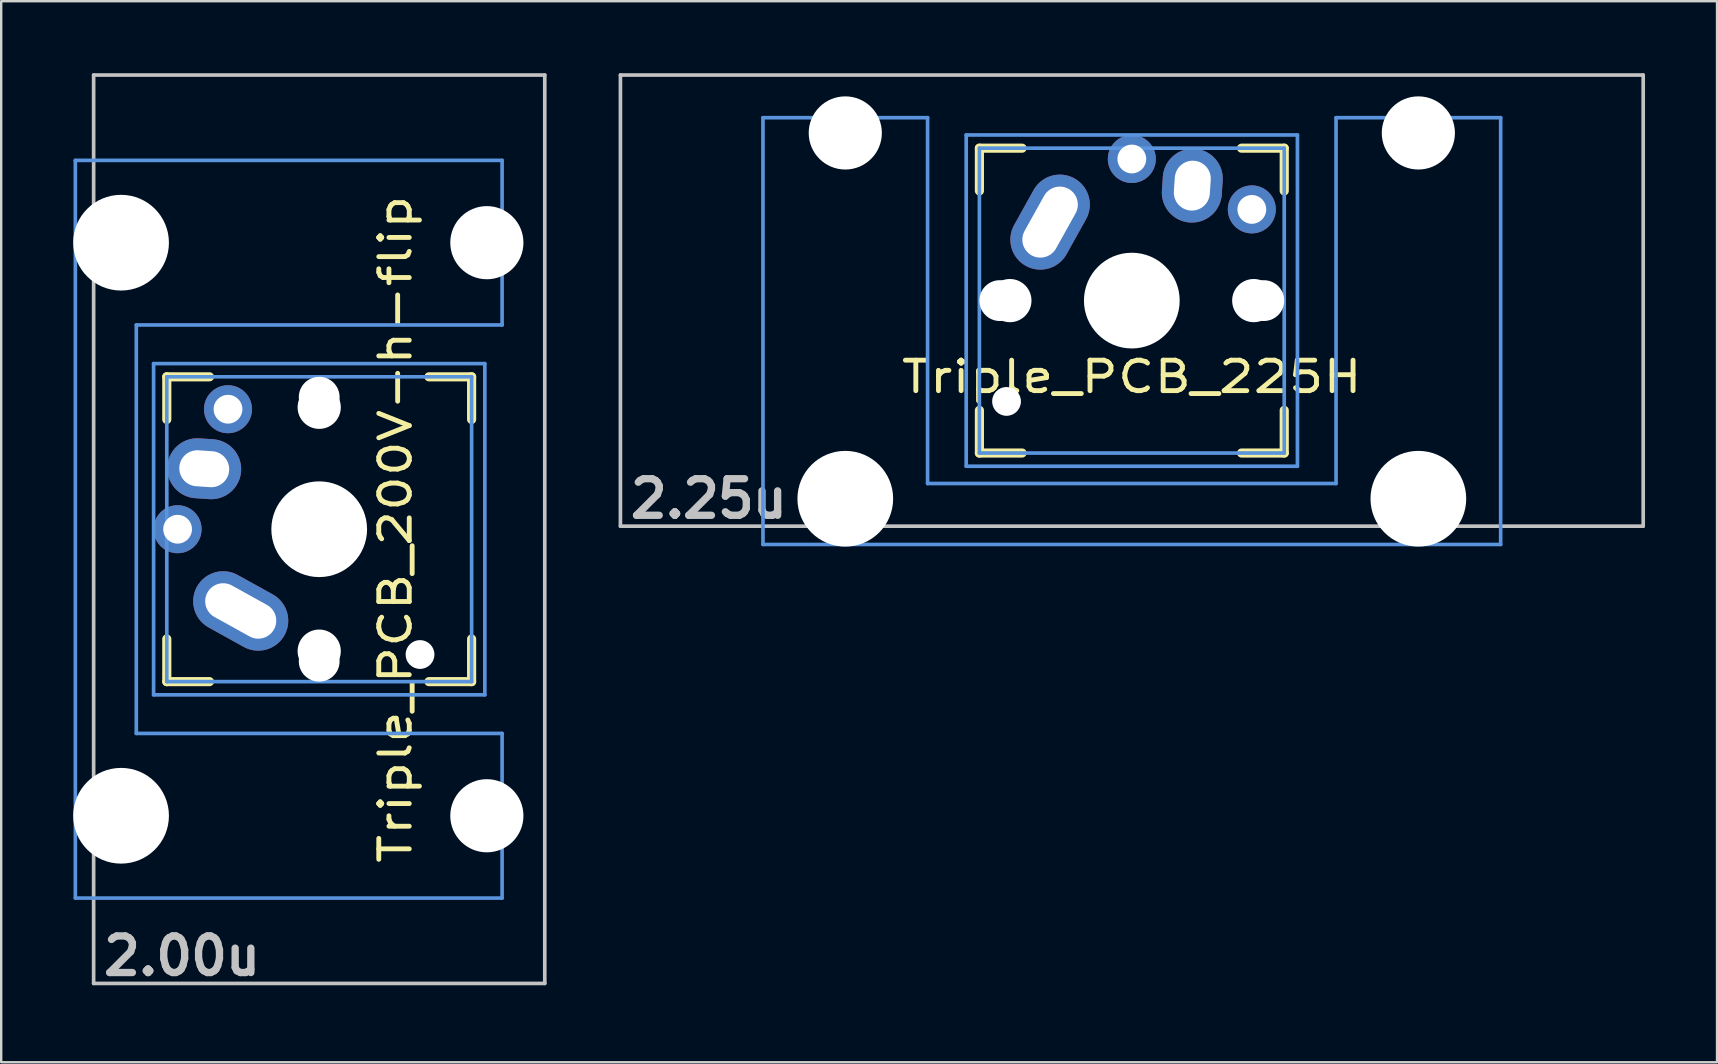
<source format=kicad_pcb>
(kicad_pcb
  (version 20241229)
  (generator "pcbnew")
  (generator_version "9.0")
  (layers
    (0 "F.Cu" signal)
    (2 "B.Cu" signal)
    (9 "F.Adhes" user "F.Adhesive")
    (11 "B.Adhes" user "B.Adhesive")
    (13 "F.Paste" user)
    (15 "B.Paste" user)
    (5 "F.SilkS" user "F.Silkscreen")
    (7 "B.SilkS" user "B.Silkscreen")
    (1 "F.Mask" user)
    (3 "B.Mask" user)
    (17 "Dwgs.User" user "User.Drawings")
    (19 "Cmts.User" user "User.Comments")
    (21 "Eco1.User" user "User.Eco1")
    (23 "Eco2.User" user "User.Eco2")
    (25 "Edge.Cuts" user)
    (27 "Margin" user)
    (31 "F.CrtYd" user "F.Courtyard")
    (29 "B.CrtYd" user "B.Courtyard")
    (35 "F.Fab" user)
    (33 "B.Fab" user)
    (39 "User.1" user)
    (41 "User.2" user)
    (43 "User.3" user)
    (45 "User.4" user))
  (footprint "Triple_PCB_225H"
    (layer "F.Cu")
    (at 44.105 9.474)
    (property "Reference" "Triple_PCB_225H" (at 0 3.175 0) (layer "F.SilkS") (effects (font (size 1.27 1.524) (thickness 0.203))))
    (attr through_hole)
    (fp_line (start -6.35 -6.35) (end -4.572 -6.35) (stroke (width 0.381) (type solid)) (layer "F.SilkS"))
    (fp_line (start -6.35 -4.572) (end -6.35 -6.35) (stroke (width 0.381) (type solid)) (layer "F.SilkS"))
    (fp_line (start -6.35 6.35) (end -6.35 4.572) (stroke (width 0.381) (type solid)) (layer "F.SilkS"))
    (fp_line (start -4.572 6.35) (end -6.35 6.35) (stroke (width 0.381) (type solid)) (layer "F.SilkS"))
    (fp_line (start 4.572 -6.35) (end 6.35 -6.35) (stroke (width 0.381) (type solid)) (layer "F.SilkS"))
    (fp_line (start 6.35 -6.35) (end 6.35 -4.572) (stroke (width 0.381) (type solid)) (layer "F.SilkS"))
    (fp_line (start 6.35 4.572) (end 6.35 6.35) (stroke (width 0.381) (type solid)) (layer "F.SilkS"))
    (fp_line (start 6.35 6.35) (end 4.572 6.35) (stroke (width 0.381) (type solid)) (layer "F.SilkS"))
    (fp_line (start -21.306 -9.398) (end 21.306 -9.398) (stroke (width 0.152) (type solid)) (layer "Dwgs.User"))
    (fp_line (start -21.306 9.398) (end -21.306 -9.398) (stroke (width 0.152) (type solid)) (layer "Dwgs.User"))
    (fp_line (start 21.306 -9.398) (end 21.306 9.398) (stroke (width 0.152) (type solid)) (layer "Dwgs.User"))
    (fp_line (start 21.306 9.398) (end -21.306 9.398) (stroke (width 0.152) (type solid)) (layer "Dwgs.User"))
    (fp_line (start -15.367 -7.62) (end -15.367 10.16) (stroke (width 0.152) (type solid)) (layer "Cmts.User"))
    (fp_line (start -15.367 10.16) (end 15.367 10.16) (stroke (width 0.152) (type solid)) (layer "Cmts.User"))
    (fp_line (start -8.509 -7.62) (end -15.367 -7.62) (stroke (width 0.152) (type solid)) (layer "Cmts.User"))
    (fp_line (start -8.509 7.62) (end -8.509 -7.62) (stroke (width 0.152) (type solid)) (layer "Cmts.User"))
    (fp_line (start -6.9 -6.9) (end 6.9 -6.9) (stroke (width 0.152) (type solid)) (layer "Cmts.User"))
    (fp_line (start -6.9 6.9) (end -6.9 -6.9) (stroke (width 0.152) (type solid)) (layer "Cmts.User"))
    (fp_line (start -6.35 -6.35) (end 6.35 -6.35) (stroke (width 0.152) (type solid)) (layer "Cmts.User"))
    (fp_line (start -6.35 6.35) (end -6.35 -6.35) (stroke (width 0.152) (type solid)) (layer "Cmts.User"))
    (fp_line (start 6.35 -6.35) (end 6.35 6.35) (stroke (width 0.152) (type solid)) (layer "Cmts.User"))
    (fp_line (start 6.35 6.35) (end -6.35 6.35) (stroke (width 0.152) (type solid)) (layer "Cmts.User"))
    (fp_line (start 6.9 -6.9) (end 6.9 6.9) (stroke (width 0.152) (type solid)) (layer "Cmts.User"))
    (fp_line (start 6.9 6.9) (end -6.9 6.9) (stroke (width 0.152) (type solid)) (layer "Cmts.User"))
    (fp_line (start 8.509 -7.62) (end 8.509 7.62) (stroke (width 0.152) (type solid)) (layer "Cmts.User"))
    (fp_line (start 8.509 7.62) (end -8.509 7.62) (stroke (width 0.152) (type solid)) (layer "Cmts.User"))
    (fp_line (start 15.367 -7.62) (end 8.509 -7.62) (stroke (width 0.152) (type solid)) (layer "Cmts.User"))
    (fp_line (start 15.367 10.16) (end 15.367 -7.62) (stroke (width 0.152) (type solid)) (layer "Cmts.User"))
    (fp_line (start -16.129 -2.286) (end -15.265 -2.286) (stroke (width 0.152) (type solid)) (layer "Eco2.User"))
    (fp_line (start -16.129 0.508) (end -16.129 -2.286) (stroke (width 0.152) (type solid)) (layer "Eco2.User"))
    (fp_line (start -15.265 -5.69) (end -8.611 -5.69) (stroke (width 0.152) (type solid)) (layer "Eco2.User"))
    (fp_line (start -15.265 -2.286) (end -15.265 -5.69) (stroke (width 0.152) (type solid)) (layer "Eco2.User"))
    (fp_line (start -15.265 0.508) (end -16.129 0.508) (stroke (width 0.152) (type solid)) (layer "Eco2.User"))
    (fp_line (start -15.265 6.604) (end -15.265 0.508) (stroke (width 0.152) (type solid)) (layer "Eco2.User"))
    (fp_line (start -14.224 6.604) (end -15.265 6.604) (stroke (width 0.152) (type solid)) (layer "Eco2.User"))
    (fp_line (start -14.224 7.772) (end -14.224 6.604) (stroke (width 0.152) (type solid)) (layer "Eco2.User"))
    (fp_line (start -9.652 6.604) (end -9.652 7.772) (stroke (width 0.152) (type solid)) (layer "Eco2.User"))
    (fp_line (start -9.652 7.772) (end -14.224 7.772) (stroke (width 0.152) (type solid)) (layer "Eco2.User"))
    (fp_line (start -8.611 -5.69) (end -8.611 -4.877) (stroke (width 0.152) (type solid)) (layer "Eco2.User"))
    (fp_line (start -8.611 -4.877) (end -6.985 -4.877) (stroke (width 0.152) (type solid)) (layer "Eco2.User"))
    (fp_line (start -8.611 5.817) (end -8.611 6.604) (stroke (width 0.152) (type solid)) (layer "Eco2.User"))
    (fp_line (start -8.611 6.604) (end -9.652 6.604) (stroke (width 0.152) (type solid)) (layer "Eco2.User"))
    (fp_line (start -7.5 -7.5) (end 7.5 -7.5) (stroke (width 0.152) (type solid)) (layer "Eco2.User"))
    (fp_line (start -7.5 7.5) (end -7.5 -7.5) (stroke (width 0.152) (type solid)) (layer "Eco2.User"))
    (fp_line (start -6.985 -6.985) (end 6.985 -6.985) (stroke (width 0.152) (type solid)) (layer "Eco2.User"))
    (fp_line (start -6.985 -4.877) (end -6.985 -6.985) (stroke (width 0.152) (type solid)) (layer "Eco2.User"))
    (fp_line (start -6.985 5.817) (end -8.611 5.817) (stroke (width 0.152) (type solid)) (layer "Eco2.User"))
    (fp_line (start -6.985 6.985) (end -6.985 5.817) (stroke (width 0.152) (type solid)) (layer "Eco2.User"))
    (fp_line (start 6.985 -6.985) (end 6.985 -4.877) (stroke (width 0.152) (type solid)) (layer "Eco2.User"))
    (fp_line (start 6.985 -4.877) (end 8.611 -4.877) (stroke (width 0.152) (type solid)) (layer "Eco2.User"))
    (fp_line (start 6.985 5.817) (end 6.985 6.985) (stroke (width 0.152) (type solid)) (layer "Eco2.User"))
    (fp_line (start 6.985 6.985) (end -6.985 6.985) (stroke (width 0.152) (type solid)) (layer "Eco2.User"))
    (fp_line (start 7.5 -7.5) (end 7.5 7.5) (stroke (width 0.152) (type solid)) (layer "Eco2.User"))
    (fp_line (start 7.5 7.5) (end -7.5 7.5) (stroke (width 0.152) (type solid)) (layer "Eco2.User"))
    (fp_line (start 8.611 -5.69) (end 15.265 -5.69) (stroke (width 0.152) (type solid)) (layer "Eco2.User"))
    (fp_line (start 8.611 -4.877) (end 8.611 -5.69) (stroke (width 0.152) (type solid)) (layer "Eco2.User"))
    (fp_line (start 8.611 5.817) (end 6.985 5.817) (stroke (width 0.152) (type solid)) (layer "Eco2.User"))
    (fp_line (start 8.611 6.604) (end 8.611 5.817) (stroke (width 0.152) (type solid)) (layer "Eco2.User"))
    (fp_line (start 9.652 6.604) (end 8.611 6.604) (stroke (width 0.152) (type solid)) (layer "Eco2.User"))
    (fp_line (start 9.652 7.772) (end 9.652 6.604) (stroke (width 0.152) (type solid)) (layer "Eco2.User"))
    (fp_line (start 14.224 6.604) (end 14.224 7.772) (stroke (width 0.152) (type solid)) (layer "Eco2.User"))
    (fp_line (start 14.224 7.772) (end 9.652 7.772) (stroke (width 0.152) (type solid)) (layer "Eco2.User"))
    (fp_line (start 15.265 -5.69) (end 15.265 -2.286) (stroke (width 0.152) (type solid)) (layer "Eco2.User"))
    (fp_line (start 15.265 -2.286) (end 16.129 -2.286) (stroke (width 0.152) (type solid)) (layer "Eco2.User"))
    (fp_line (start 15.265 0.508) (end 15.265 6.604) (stroke (width 0.152) (type solid)) (layer "Eco2.User"))
    (fp_line (start 15.265 6.604) (end 14.224 6.604) (stroke (width 0.152) (type solid)) (layer "Eco2.User"))
    (fp_line (start 16.129 -2.286) (end 16.129 0.508) (stroke (width 0.152) (type solid)) (layer "Eco2.User"))
    (fp_line (start 16.129 0.508) (end 15.265 0.508) (stroke (width 0.152) (type solid)) (layer "Eco2.User"))
    (fp_text user "2.25u" (at -17.623 8.255 0) (layer "Dwgs.User") (effects (font (size 1.524 1.524) (thickness 0.305))))
    (pad "" np_thru_hole circle (at -11.938 -6.985) (size 3.048 3.048) (drill 3.048) (layers "*.Cu"))
    (pad "" np_thru_hole circle (at -11.938 8.255) (size 3.988 3.988) (drill 3.988) (layers "*.Cu"))
    (pad "" np_thru_hole circle (at -5.5 0) (size 1.7 1.7) (drill 1.7) (layers "*.Cu"))
    (pad "" np_thru_hole circle (at -5.22 4.2) (size 1.2 1.2) (drill 1.2) (layers "*.Cu"))
    (pad "" np_thru_hole circle (at -5.08 0) (size 1.8 1.8) (drill 1.8) (layers "*.Cu"))
    (pad "" np_thru_hole circle (at 0 0) (size 3.4 3.4) (drill 3.4) (layers "*.Cu"))
    (pad "" np_thru_hole circle (at 0 0) (size 3.988 3.988) (drill 3.988) (layers "*.Cu"))
    (pad "" np_thru_hole circle (at 5.08 0) (size 1.8 1.8) (drill 1.8) (layers "*.Cu"))
    (pad "" np_thru_hole circle (at 5.5 0) (size 1.7 1.7) (drill 1.7) (layers "*.Cu"))
    (pad "" np_thru_hole circle (at 11.938 -6.985) (size 3.048 3.048) (drill 3.048) (layers "*.Cu"))
    (pad "" np_thru_hole circle (at 11.938 8.255) (size 3.988 3.988) (drill 3.988) (layers "*.Cu"))
    (pad "1" thru_hole oval (at -3.405 -3.27 330.9) (size 2.5 4.17) (drill oval 1.5 3.17) (layers "*.Cu" "*.Mask"))
    (pad "1" thru_hole circle (at 0 -5.9) (size 2 2) (drill 1.2) (layers "*.Cu" "*.Mask"))
    (pad "2" thru_hole oval (at 2.52 -4.79 356.1) (size 2.5 3.08) (drill oval 1.5 2.08) (layers "*.Cu" "*.Mask"))
    (pad "2" thru_hole circle (at 5 -3.8 221.9) (size 2 2) (drill 1.2) (layers "*.Cu" "*.Mask")))
  (footprint "Triple_PCB_200V-h-flip"
    (layer "F.Cu")
    (at 10.249 18.999)
    (property "Reference" "Triple_PCB_200V-h-flip" (at 3.175 0 90) (layer "F.SilkS") (effects (font (size 1.27 1.524) (thickness 0.203))))
    (attr through_hole)
    (fp_line (start -6.35 -6.35) (end -4.572 -6.35) (stroke (width 0.381) (type solid)) (layer "F.SilkS"))
    (fp_line (start -6.35 -4.572) (end -6.35 -6.35) (stroke (width 0.381) (type solid)) (layer "F.SilkS"))
    (fp_line (start -6.35 6.35) (end -6.35 4.572) (stroke (width 0.381) (type solid)) (layer "F.SilkS"))
    (fp_line (start -4.572 6.35) (end -6.35 6.35) (stroke (width 0.381) (type solid)) (layer "F.SilkS"))
    (fp_line (start 4.572 -6.35) (end 6.35 -6.35) (stroke (width 0.381) (type solid)) (layer "F.SilkS"))
    (fp_line (start 6.35 -6.35) (end 6.35 -4.572) (stroke (width 0.381) (type solid)) (layer "F.SilkS"))
    (fp_line (start 6.35 4.572) (end 6.35 6.35) (stroke (width 0.381) (type solid)) (layer "F.SilkS"))
    (fp_line (start 6.35 6.35) (end 4.572 6.35) (stroke (width 0.381) (type solid)) (layer "F.SilkS"))
    (fp_line (start -9.398 -18.923) (end 9.398 -18.923) (stroke (width 0.152) (type solid)) (layer "Dwgs.User"))
    (fp_line (start -9.398 18.923) (end -9.398 -18.923) (stroke (width 0.152) (type solid)) (layer "Dwgs.User"))
    (fp_line (start 9.398 -18.923) (end 9.398 18.923) (stroke (width 0.152) (type solid)) (layer "Dwgs.User"))
    (fp_line (start 9.398 18.923) (end -9.398 18.923) (stroke (width 0.152) (type solid)) (layer "Dwgs.User"))
    (fp_line (start -10.16 -15.367) (end -10.16 15.367) (stroke (width 0.152) (type solid)) (layer "Cmts.User"))
    (fp_line (start -10.16 15.367) (end 7.62 15.367) (stroke (width 0.152) (type solid)) (layer "Cmts.User"))
    (fp_line (start -7.62 -8.509) (end 7.62 -8.509) (stroke (width 0.152) (type solid)) (layer "Cmts.User"))
    (fp_line (start -7.62 8.509) (end -7.62 -8.509) (stroke (width 0.152) (type solid)) (layer "Cmts.User"))
    (fp_line (start -6.9 -6.9) (end 6.9 -6.9) (stroke (width 0.152) (type solid)) (layer "Cmts.User"))
    (fp_line (start -6.9 6.9) (end -6.9 -6.9) (stroke (width 0.152) (type solid)) (layer "Cmts.User"))
    (fp_line (start -6.35 -6.35) (end 6.35 -6.35) (stroke (width 0.152) (type solid)) (layer "Cmts.User"))
    (fp_line (start -6.35 6.35) (end -6.35 -6.35) (stroke (width 0.152) (type solid)) (layer "Cmts.User"))
    (fp_line (start 6.35 -6.35) (end 6.35 6.35) (stroke (width 0.152) (type solid)) (layer "Cmts.User"))
    (fp_line (start 6.35 6.35) (end -6.35 6.35) (stroke (width 0.152) (type solid)) (layer "Cmts.User"))
    (fp_line (start 6.9 -6.9) (end 6.9 6.9) (stroke (width 0.152) (type solid)) (layer "Cmts.User"))
    (fp_line (start 6.9 6.9) (end -6.9 6.9) (stroke (width 0.152) (type solid)) (layer "Cmts.User"))
    (fp_line (start 7.62 -15.367) (end -10.16 -15.367) (stroke (width 0.152) (type solid)) (layer "Cmts.User"))
    (fp_line (start 7.62 -8.509) (end 7.62 -15.367) (stroke (width 0.152) (type solid)) (layer "Cmts.User"))
    (fp_line (start 7.62 8.509) (end -7.62 8.509) (stroke (width 0.152) (type solid)) (layer "Cmts.User"))
    (fp_line (start 7.62 15.367) (end 7.62 8.509) (stroke (width 0.152) (type solid)) (layer "Cmts.User"))
    (fp_line (start -7.772 -14.224) (end -6.604 -14.224) (stroke (width 0.152) (type solid)) (layer "Eco2.User"))
    (fp_line (start -7.772 -9.652) (end -7.772 -14.224) (stroke (width 0.152) (type solid)) (layer "Eco2.User"))
    (fp_line (start -7.772 9.652) (end -6.604 9.652) (stroke (width 0.152) (type solid)) (layer "Eco2.User"))
    (fp_line (start -7.772 14.224) (end -7.772 9.652) (stroke (width 0.152) (type solid)) (layer "Eco2.User"))
    (fp_line (start -7.5 -7.5) (end 7.5 -7.5) (stroke (width 0.152) (type solid)) (layer "Eco2.User"))
    (fp_line (start -7.5 7.5) (end -7.5 -7.5) (stroke (width 0.152) (type solid)) (layer "Eco2.User"))
    (fp_line (start -6.985 -6.985) (end -5.817 -6.985) (stroke (width 0.152) (type solid)) (layer "Eco2.User"))
    (fp_line (start -6.985 6.985) (end -6.985 -6.985) (stroke (width 0.152) (type solid)) (layer "Eco2.User"))
    (fp_line (start -6.604 -15.265) (end -0.508 -15.265) (stroke (width 0.152) (type solid)) (layer "Eco2.User"))
    (fp_line (start -6.604 -14.224) (end -6.604 -15.265) (stroke (width 0.152) (type solid)) (layer "Eco2.User"))
    (fp_line (start -6.604 -9.652) (end -7.772 -9.652) (stroke (width 0.152) (type solid)) (layer "Eco2.User"))
    (fp_line (start -6.604 -8.611) (end -6.604 -9.652) (stroke (width 0.152) (type solid)) (layer "Eco2.User"))
    (fp_line (start -6.604 8.611) (end -5.817 8.611) (stroke (width 0.152) (type solid)) (layer "Eco2.User"))
    (fp_line (start -6.604 9.652) (end -6.604 8.611) (stroke (width 0.152) (type solid)) (layer "Eco2.User"))
    (fp_line (start -6.604 14.224) (end -7.772 14.224) (stroke (width 0.152) (type solid)) (layer "Eco2.User"))
    (fp_line (start -6.604 15.265) (end -6.604 14.224) (stroke (width 0.152) (type solid)) (layer "Eco2.User"))
    (fp_line (start -5.817 -8.611) (end -6.604 -8.611) (stroke (width 0.152) (type solid)) (layer "Eco2.User"))
    (fp_line (start -5.817 -6.985) (end -5.817 -8.611) (stroke (width 0.152) (type solid)) (layer "Eco2.User"))
    (fp_line (start -5.817 6.985) (end -6.985 6.985) (stroke (width 0.152) (type solid)) (layer "Eco2.User"))
    (fp_line (start -5.817 8.611) (end -5.817 6.985) (stroke (width 0.152) (type solid)) (layer "Eco2.User"))
    (fp_line (start -0.508 -16.129) (end 2.286 -16.129) (stroke (width 0.152) (type solid)) (layer "Eco2.User"))
    (fp_line (start -0.508 -15.265) (end -0.508 -16.129) (stroke (width 0.152) (type solid)) (layer "Eco2.User"))
    (fp_line (start -0.508 15.265) (end -6.604 15.265) (stroke (width 0.152) (type solid)) (layer "Eco2.User"))
    (fp_line (start -0.508 16.129) (end -0.508 15.265) (stroke (width 0.152) (type solid)) (layer "Eco2.User"))
    (fp_line (start 2.286 -16.129) (end 2.286 -15.265) (stroke (width 0.152) (type solid)) (layer "Eco2.User"))
    (fp_line (start 2.286 -15.265) (end 5.69 -15.265) (stroke (width 0.152) (type solid)) (layer "Eco2.User"))
    (fp_line (start 2.286 15.265) (end 2.286 16.129) (stroke (width 0.152) (type solid)) (layer "Eco2.User"))
    (fp_line (start 2.286 16.129) (end -0.508 16.129) (stroke (width 0.152) (type solid)) (layer "Eco2.User"))
    (fp_line (start 4.877 -8.611) (end 4.877 -6.985) (stroke (width 0.152) (type solid)) (layer "Eco2.User"))
    (fp_line (start 4.877 -6.985) (end 6.985 -6.985) (stroke (width 0.152) (type solid)) (layer "Eco2.User"))
    (fp_line (start 4.877 6.985) (end 4.877 8.611) (stroke (width 0.152) (type solid)) (layer "Eco2.User"))
    (fp_line (start 4.877 8.611) (end 5.69 8.611) (stroke (width 0.152) (type solid)) (layer "Eco2.User"))
    (fp_line (start 5.69 -15.265) (end 5.69 -8.611) (stroke (width 0.152) (type solid)) (layer "Eco2.User"))
    (fp_line (start 5.69 -8.611) (end 4.877 -8.611) (stroke (width 0.152) (type solid)) (layer "Eco2.User"))
    (fp_line (start 5.69 8.611) (end 5.69 15.265) (stroke (width 0.152) (type solid)) (layer "Eco2.User"))
    (fp_line (start 5.69 15.265) (end 2.286 15.265) (stroke (width 0.152) (type solid)) (layer "Eco2.User"))
    (fp_line (start 6.985 -6.985) (end 6.985 6.985) (stroke (width 0.152) (type solid)) (layer "Eco2.User"))
    (fp_line (start 6.985 6.985) (end 4.877 6.985) (stroke (width 0.152) (type solid)) (layer "Eco2.User"))
    (fp_line (start 7.5 -7.5) (end 7.5 7.5) (stroke (width 0.152) (type solid)) (layer "Eco2.User"))
    (fp_line (start 7.5 7.5) (end -7.5 7.5) (stroke (width 0.152) (type solid)) (layer "Eco2.User"))
    (fp_text user "2.00u" (at -5.715 17.78 180) (layer "Dwgs.User") (effects (font (size 1.524 1.524) (thickness 0.305))))
    (pad "" np_thru_hole circle (at -8.255 -11.938 270) (size 3.988 3.988) (drill 3.988) (layers "*.Cu"))
    (pad "" np_thru_hole circle (at -8.255 11.938 270) (size 3.988 3.988) (drill 3.988) (layers "*.Cu"))
    (pad "" np_thru_hole circle (at 0 -5.5 90) (size 1.7 1.7) (drill 1.7) (layers "*.Cu"))
    (pad "" np_thru_hole circle (at 0 -5.08 90) (size 1.8 1.8) (drill 1.8) (layers "*.Cu"))
    (pad "" np_thru_hole circle (at 0 0 90) (size 3.4 3.4) (drill 3.4) (layers "*.Cu"))
    (pad "" np_thru_hole circle (at 0 0 90) (size 3.988 3.988) (drill 3.988) (layers "*.Cu"))
    (pad "" np_thru_hole circle (at 0 5.08 90) (size 1.8 1.8) (drill 1.8) (layers "*.Cu"))
    (pad "" np_thru_hole circle (at 0 5.5 90) (size 1.7 1.7) (drill 1.7) (layers "*.Cu"))
    (pad "" np_thru_hole circle (at 4.2 5.22 90) (size 1.2 1.2) (drill 1.2) (layers "*.Cu"))
    (pad "" np_thru_hole circle (at 6.985 -11.938 270) (size 3.048 3.048) (drill 3.048) (layers "*.Cu"))
    (pad "" np_thru_hole circle (at 6.985 11.938 270) (size 3.048 3.048) (drill 3.048) (layers "*.Cu"))
    (pad "1" thru_hole circle (at -5.9 0 90) (size 2 2) (drill 1.2) (layers "*.Cu" "*.Mask"))
    (pad "1" thru_hole oval (at -3.27 3.405 61) (size 2.5 4.17) (drill oval 1.5 3.17) (layers "*.Cu" "*.Mask"))
    (pad "2" thru_hole oval (at -4.79 -2.52 86.1) (size 2.5 3.08) (drill oval 1.5 2.08) (layers "*.Cu" "*.Mask"))
    (pad "2" thru_hole circle (at -3.8 -5 311.9) (size 2 2) (drill 1.2) (layers "*.Cu" "*.Mask")))
  (gr_rect
    (start -3 -3)
    (end 68.487 41.206)
    (stroke (width 0.1) (type default))
    (fill no)
    (layer "Edge.Cuts")))
</source>
